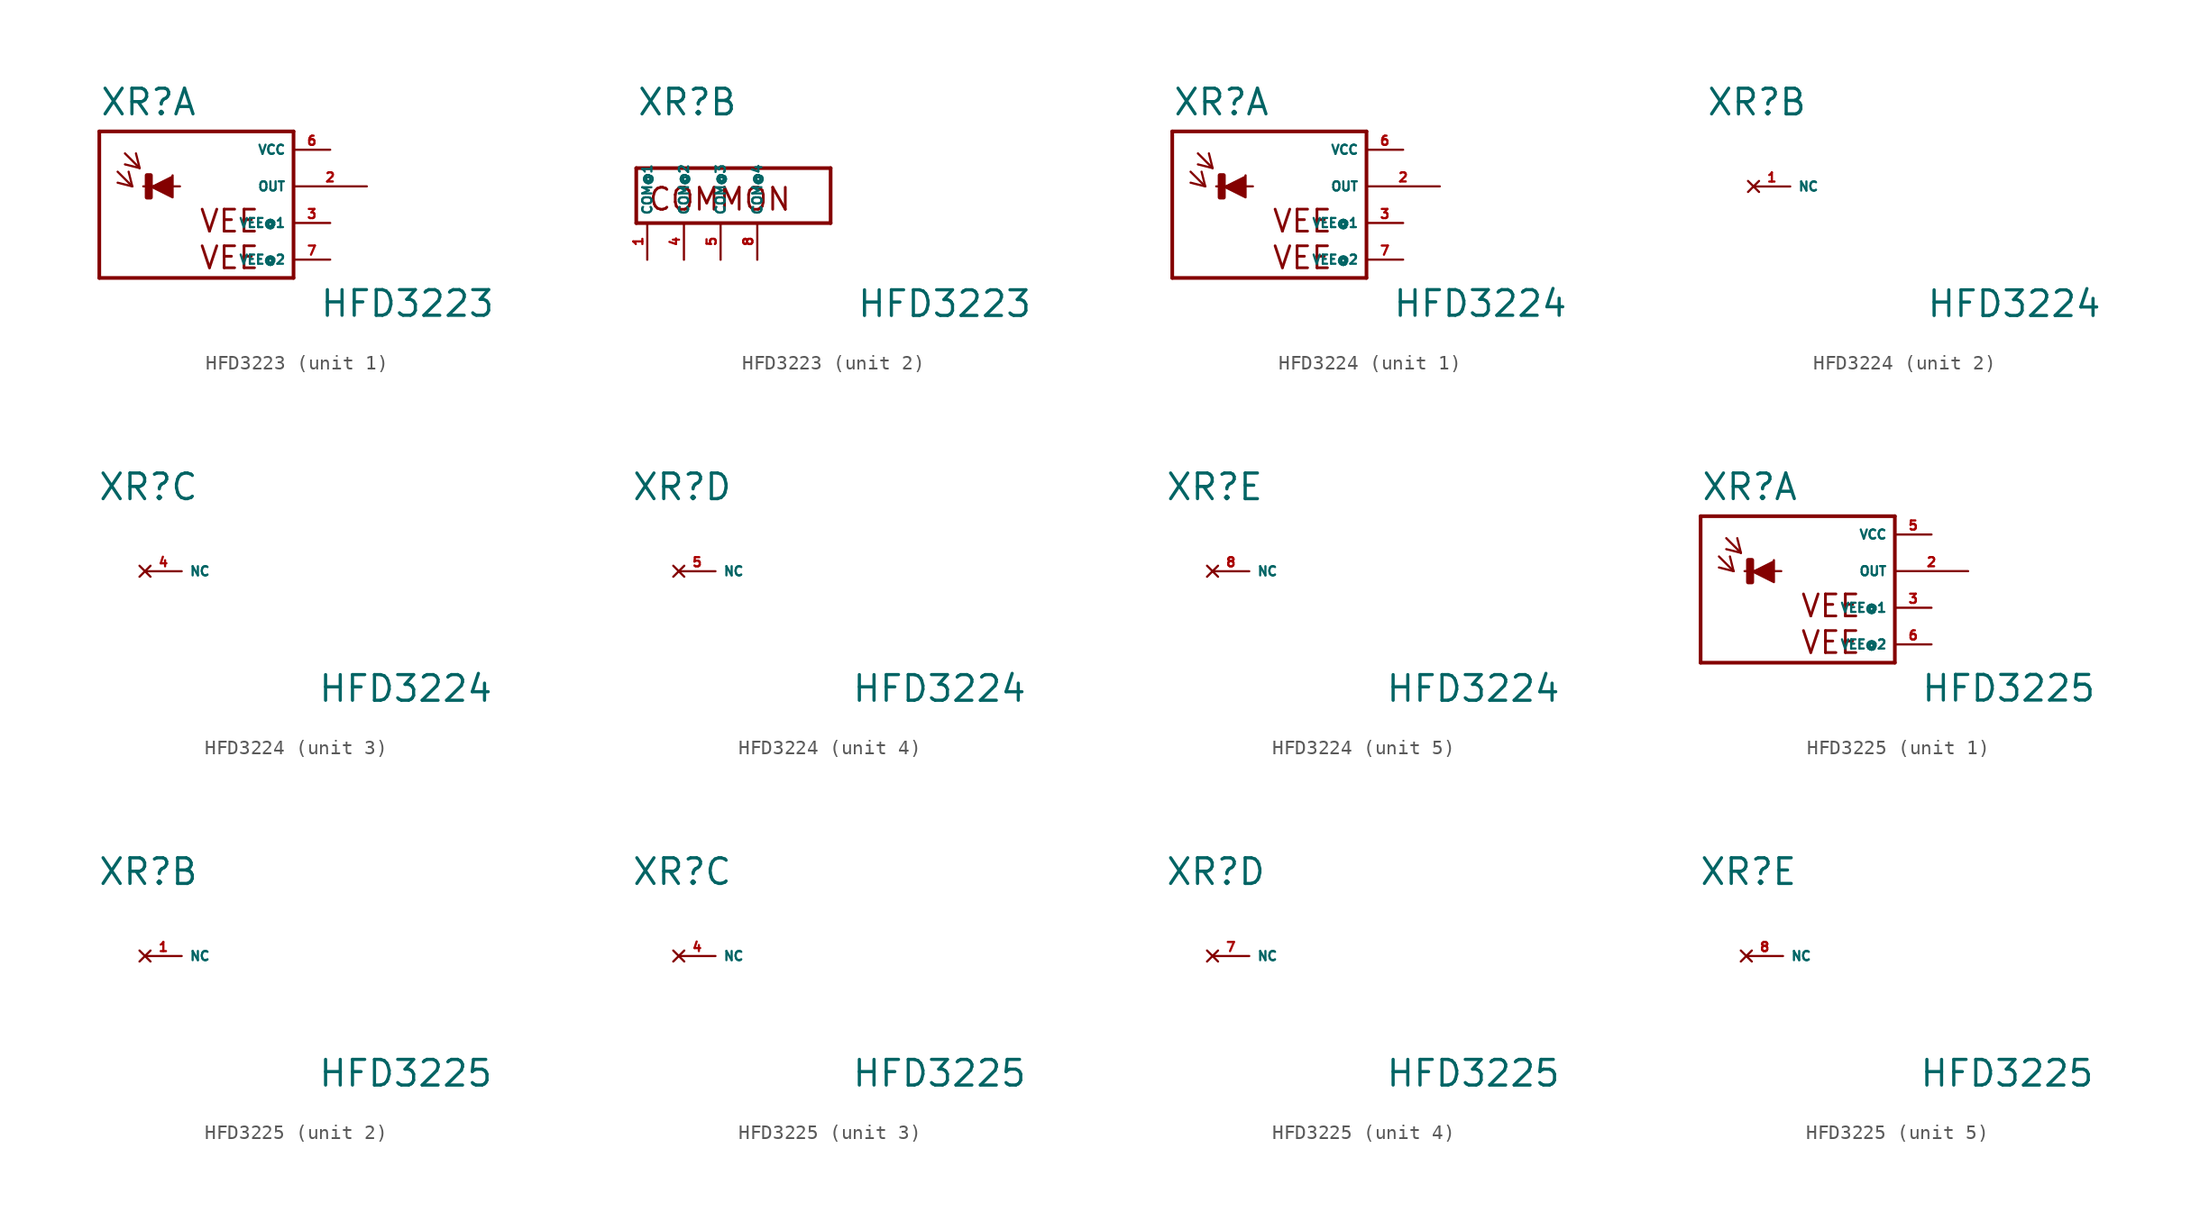
<source format=kicad_sym>
(kicad_symbol_lib
  (version 20220914)
  (generator Eagle2Kicad)
  (symbol "HFD3223"
    (property "Reference" "XR"
      (at -5.842 4.801 0)
      (effects (font (size 1.778 1.778) (thickness 0.22)) (justify left bottom)))
    (property "Value" "HFD3223"
      (at 9.398 -9.169 0)
      (effects (font (size 1.778 1.778) (thickness 0.22)) (justify left bottom)))
    (symbol "HFD3223_1_0"
      (polyline (pts (xy -2.286 0) (xy -0.762 -0.762) (xy -0.762 0.762)) (stroke (width 0.152) (type default)) (fill (type outline)))
      (polyline (pts (xy -4.572 1.016) (xy -3.556 0)) (stroke (width 0.152) (type default)) (fill (type none)))
      (polyline (pts (xy -3.556 0) (xy -3.81 1.016)) (stroke (width 0.152) (type default)) (fill (type none)))
      (polyline (pts (xy -3.556 0) (xy -4.572 0.254)) (stroke (width 0.152) (type default)) (fill (type none)))
      (polyline (pts (xy -4.064 2.286) (xy -3.048 1.27)) (stroke (width 0.152) (type default)) (fill (type none)))
      (polyline (pts (xy -3.048 1.27) (xy -3.302 2.286)) (stroke (width 0.152) (type default)) (fill (type none)))
      (polyline (pts (xy -3.048 1.27) (xy -4.064 1.524)) (stroke (width 0.152) (type default)) (fill (type none)))
      (polyline (pts (xy 7.62 3.81) (xy 7.62 -6.35)) (stroke (width 0.254) (type default)) (fill (type none)))
      (polyline (pts (xy 7.62 -6.35) (xy -5.842 -6.35)) (stroke (width 0.254) (type default)) (fill (type none)))
      (polyline (pts (xy -5.842 -6.35) (xy -5.842 3.81)) (stroke (width 0.254) (type default)) (fill (type none)))
      (polyline (pts (xy -5.842 3.81) (xy 7.62 3.81)) (stroke (width 0.254) (type default)) (fill (type none)))
      (polyline (pts (xy -2.794 0) (xy -0.254 0)) (stroke (width 0.152) (type default)) (fill (type none)))
      (text "VEE" (at 1.016 -3.302 0) (effects (font (size 1.524 1.524) (thickness 0.19)) (justify left bottom)))
      (text "VEE" (at 1.016 -5.842 0) (effects (font (size 1.524 1.524) (thickness 0.19)) (justify left bottom)))
      (rectangle (start -2.54 -0.762) (end -2.286 0.762) (stroke (width 0.3) (type default)) (fill (type outline)))
      (pin unspecified line (at 10.16 2.54 180) (length 2.54) (name "VCC" (effects (font (size 0.635 0.635) (thickness 0.08)) (justify left bottom))) (number "6" (effects (font (size 0.635 0.635) (thickness 0.08)) (justify left bottom))))
      (pin unspecified line (at 10.16 -2.54 180) (length 2.54) (name "VEE@1" (effects (font (size 0.635 0.635) (thickness 0.08)) (justify left bottom))) (number "3" (effects (font (size 0.635 0.635) (thickness 0.08)) (justify left bottom))))
      (pin output line (at 12.7 0 180) (length 5.08) (name "OUT" (effects (font (size 0.635 0.635) (thickness 0.08)) (justify left bottom))) (number "2" (effects (font (size 0.635 0.635) (thickness 0.08)) (justify left bottom))))
      (pin unspecified line (at 10.16 -5.08 180) (length 2.54) (name "VEE@2" (effects (font (size 0.635 0.635) (thickness 0.08)) (justify left bottom))) (number "7" (effects (font (size 0.635 0.635) (thickness 0.08)) (justify left bottom)))))
    (symbol "HFD3223_2_0"
      (polyline (pts (xy 7.62 1.27) (xy 7.62 -2.54)) (stroke (width 0.254) (type default)) (fill (type none)))
      (polyline (pts (xy 7.62 -2.54) (xy -5.842 -2.54)) (stroke (width 0.254) (type default)) (fill (type none)))
      (polyline (pts (xy -5.842 -2.54) (xy -5.842 1.27)) (stroke (width 0.254) (type default)) (fill (type none)))
      (polyline (pts (xy 7.62 1.27) (xy -5.842 1.27)) (stroke (width 0.254) (type default)) (fill (type none)))
      (text "COMMON" (at -5.08 -1.778 0) (effects (font (size 1.524 1.524) (thickness 0.19)) (justify left bottom)))
      (pin unspecified line (at -5.08 -5.08 90) (length 2.54) (name "COM@1" (effects (font (size 0.635 0.635) (thickness 0.08)) (justify left bottom))) (number "1" (effects (font (size 0.635 0.635) (thickness 0.08)) (justify left bottom))))
      (pin unspecified line (at -2.54 -5.08 90) (length 2.54) (name "COM@2" (effects (font (size 0.635 0.635) (thickness 0.08)) (justify left bottom))) (number "4" (effects (font (size 0.635 0.635) (thickness 0.08)) (justify left bottom))))
      (pin unspecified line (at 0 -5.08 90) (length 2.54) (name "COM@3" (effects (font (size 0.635 0.635) (thickness 0.08)) (justify left bottom))) (number "5" (effects (font (size 0.635 0.635) (thickness 0.08)) (justify left bottom))))
      (pin unspecified line (at 2.54 -5.08 90) (length 2.54) (name "COM@4" (effects (font (size 0.635 0.635) (thickness 0.08)) (justify left bottom))) (number "8" (effects (font (size 0.635 0.635) (thickness 0.08)) (justify left bottom))))))
  (symbol "HFD3224"
    (property "Reference" "XR"
      (at -5.842 4.801 0)
      (effects (font (size 1.778 1.778) (thickness 0.22)) (justify left bottom)))
    (property "Value" "HFD3224"
      (at 9.398 -9.169 0)
      (effects (font (size 1.778 1.778) (thickness 0.22)) (justify left bottom)))
    (symbol "HFD3224_1_0"
      (polyline (pts (xy -2.286 0) (xy -0.762 -0.762) (xy -0.762 0.762)) (stroke (width 0.152) (type default)) (fill (type outline)))
      (polyline (pts (xy -4.572 1.016) (xy -3.556 0)) (stroke (width 0.152) (type default)) (fill (type none)))
      (polyline (pts (xy -3.556 0) (xy -3.81 1.016)) (stroke (width 0.152) (type default)) (fill (type none)))
      (polyline (pts (xy -3.556 0) (xy -4.572 0.254)) (stroke (width 0.152) (type default)) (fill (type none)))
      (polyline (pts (xy -4.064 2.286) (xy -3.048 1.27)) (stroke (width 0.152) (type default)) (fill (type none)))
      (polyline (pts (xy -3.048 1.27) (xy -3.302 2.286)) (stroke (width 0.152) (type default)) (fill (type none)))
      (polyline (pts (xy -3.048 1.27) (xy -4.064 1.524)) (stroke (width 0.152) (type default)) (fill (type none)))
      (polyline (pts (xy 7.62 3.81) (xy 7.62 -6.35)) (stroke (width 0.254) (type default)) (fill (type none)))
      (polyline (pts (xy 7.62 -6.35) (xy -5.842 -6.35)) (stroke (width 0.254) (type default)) (fill (type none)))
      (polyline (pts (xy -5.842 -6.35) (xy -5.842 3.81)) (stroke (width 0.254) (type default)) (fill (type none)))
      (polyline (pts (xy -5.842 3.81) (xy 7.62 3.81)) (stroke (width 0.254) (type default)) (fill (type none)))
      (polyline (pts (xy -2.794 0) (xy -0.254 0)) (stroke (width 0.152) (type default)) (fill (type none)))
      (text "VEE" (at 1.016 -3.302 0) (effects (font (size 1.524 1.524) (thickness 0.19)) (justify left bottom)))
      (text "VEE" (at 1.016 -5.842 0) (effects (font (size 1.524 1.524) (thickness 0.19)) (justify left bottom)))
      (rectangle (start -2.54 -0.762) (end -2.286 0.762) (stroke (width 0.3) (type default)) (fill (type outline)))
      (pin unspecified line (at 10.16 2.54 180) (length 2.54) (name "VCC" (effects (font (size 0.635 0.635) (thickness 0.08)) (justify left bottom))) (number "6" (effects (font (size 0.635 0.635) (thickness 0.08)) (justify left bottom))))
      (pin unspecified line (at 10.16 -2.54 180) (length 2.54) (name "VEE@1" (effects (font (size 0.635 0.635) (thickness 0.08)) (justify left bottom))) (number "3" (effects (font (size 0.635 0.635) (thickness 0.08)) (justify left bottom))))
      (pin output line (at 12.7 0 180) (length 5.08) (name "OUT" (effects (font (size 0.635 0.635) (thickness 0.08)) (justify left bottom))) (number "2" (effects (font (size 0.635 0.635) (thickness 0.08)) (justify left bottom))))
      (pin unspecified line (at 10.16 -5.08 180) (length 2.54) (name "VEE@2" (effects (font (size 0.635 0.635) (thickness 0.08)) (justify left bottom))) (number "7" (effects (font (size 0.635 0.635) (thickness 0.08)) (justify left bottom)))))
    (symbol "HFD3224_2_0"
      (pin no_connect line (at -2.54 0 0) (length 2.54) (name "NC" (effects (font (size 0.635 0.635) (thickness 0.08)) (justify left bottom) hide)) (number "1" (effects (font (size 0.635 0.635) (thickness 0.08)) (justify left bottom) hide))))
    (symbol "HFD3224_3_0"
      (pin no_connect line (at -2.54 0 0) (length 2.54) (name "NC" (effects (font (size 0.635 0.635) (thickness 0.08)) (justify left bottom) hide)) (number "4" (effects (font (size 0.635 0.635) (thickness 0.08)) (justify left bottom) hide))))
    (symbol "HFD3224_4_0"
      (pin no_connect line (at -2.54 0 0) (length 2.54) (name "NC" (effects (font (size 0.635 0.635) (thickness 0.08)) (justify left bottom) hide)) (number "5" (effects (font (size 0.635 0.635) (thickness 0.08)) (justify left bottom) hide))))
    (symbol "HFD3224_5_0"
      (pin no_connect line (at -2.54 0 0) (length 2.54) (name "NC" (effects (font (size 0.635 0.635) (thickness 0.08)) (justify left bottom) hide)) (number "8" (effects (font (size 0.635 0.635) (thickness 0.08)) (justify left bottom) hide)))))
  (symbol "HFD3225"
    (property "Reference" "XR"
      (at -5.842 4.801 0)
      (effects (font (size 1.778 1.778) (thickness 0.22)) (justify left bottom)))
    (property "Value" "HFD3225"
      (at 9.398 -9.169 0)
      (effects (font (size 1.778 1.778) (thickness 0.22)) (justify left bottom)))
    (symbol "HFD3225_1_0"
      (polyline (pts (xy -2.286 0) (xy -0.762 -0.762) (xy -0.762 0.762)) (stroke (width 0.152) (type default)) (fill (type outline)))
      (polyline (pts (xy -4.572 1.016) (xy -3.556 0)) (stroke (width 0.152) (type default)) (fill (type none)))
      (polyline (pts (xy -3.556 0) (xy -3.81 1.016)) (stroke (width 0.152) (type default)) (fill (type none)))
      (polyline (pts (xy -3.556 0) (xy -4.572 0.254)) (stroke (width 0.152) (type default)) (fill (type none)))
      (polyline (pts (xy -4.064 2.286) (xy -3.048 1.27)) (stroke (width 0.152) (type default)) (fill (type none)))
      (polyline (pts (xy -3.048 1.27) (xy -3.302 2.286)) (stroke (width 0.152) (type default)) (fill (type none)))
      (polyline (pts (xy -3.048 1.27) (xy -4.064 1.524)) (stroke (width 0.152) (type default)) (fill (type none)))
      (polyline (pts (xy 7.62 3.81) (xy 7.62 -6.35)) (stroke (width 0.254) (type default)) (fill (type none)))
      (polyline (pts (xy 7.62 -6.35) (xy -5.842 -6.35)) (stroke (width 0.254) (type default)) (fill (type none)))
      (polyline (pts (xy -5.842 -6.35) (xy -5.842 3.81)) (stroke (width 0.254) (type default)) (fill (type none)))
      (polyline (pts (xy -5.842 3.81) (xy 7.62 3.81)) (stroke (width 0.254) (type default)) (fill (type none)))
      (polyline (pts (xy -2.794 0) (xy -0.254 0)) (stroke (width 0.152) (type default)) (fill (type none)))
      (text "VEE" (at 1.016 -3.302 0) (effects (font (size 1.524 1.524) (thickness 0.19)) (justify left bottom)))
      (text "VEE" (at 1.016 -5.842 0) (effects (font (size 1.524 1.524) (thickness 0.19)) (justify left bottom)))
      (rectangle (start -2.54 -0.762) (end -2.286 0.762) (stroke (width 0.3) (type default)) (fill (type outline)))
      (pin unspecified line (at 10.16 2.54 180) (length 2.54) (name "VCC" (effects (font (size 0.635 0.635) (thickness 0.08)) (justify left bottom))) (number "5" (effects (font (size 0.635 0.635) (thickness 0.08)) (justify left bottom))))
      (pin unspecified line (at 10.16 -2.54 180) (length 2.54) (name "VEE@1" (effects (font (size 0.635 0.635) (thickness 0.08)) (justify left bottom))) (number "3" (effects (font (size 0.635 0.635) (thickness 0.08)) (justify left bottom))))
      (pin output line (at 12.7 0 180) (length 5.08) (name "OUT" (effects (font (size 0.635 0.635) (thickness 0.08)) (justify left bottom))) (number "2" (effects (font (size 0.635 0.635) (thickness 0.08)) (justify left bottom))))
      (pin unspecified line (at 10.16 -5.08 180) (length 2.54) (name "VEE@2" (effects (font (size 0.635 0.635) (thickness 0.08)) (justify left bottom))) (number "6" (effects (font (size 0.635 0.635) (thickness 0.08)) (justify left bottom)))))
    (symbol "HFD3225_2_0"
      (pin no_connect line (at -2.54 0 0) (length 2.54) (name "NC" (effects (font (size 0.635 0.635) (thickness 0.08)) (justify left bottom) hide)) (number "1" (effects (font (size 0.635 0.635) (thickness 0.08)) (justify left bottom) hide))))
    (symbol "HFD3225_3_0"
      (pin no_connect line (at -2.54 0 0) (length 2.54) (name "NC" (effects (font (size 0.635 0.635) (thickness 0.08)) (justify left bottom) hide)) (number "4" (effects (font (size 0.635 0.635) (thickness 0.08)) (justify left bottom) hide))))
    (symbol "HFD3225_4_0"
      (pin no_connect line (at -2.54 0 0) (length 2.54) (name "NC" (effects (font (size 0.635 0.635) (thickness 0.08)) (justify left bottom) hide)) (number "7" (effects (font (size 0.635 0.635) (thickness 0.08)) (justify left bottom) hide))))
    (symbol "HFD3225_5_0"
      (pin no_connect line (at -2.54 0 0) (length 2.54) (name "NC" (effects (font (size 0.635 0.635) (thickness 0.08)) (justify left bottom) hide)) (number "8" (effects (font (size 0.635 0.635) (thickness 0.08)) (justify left bottom) hide))))))
</source>
